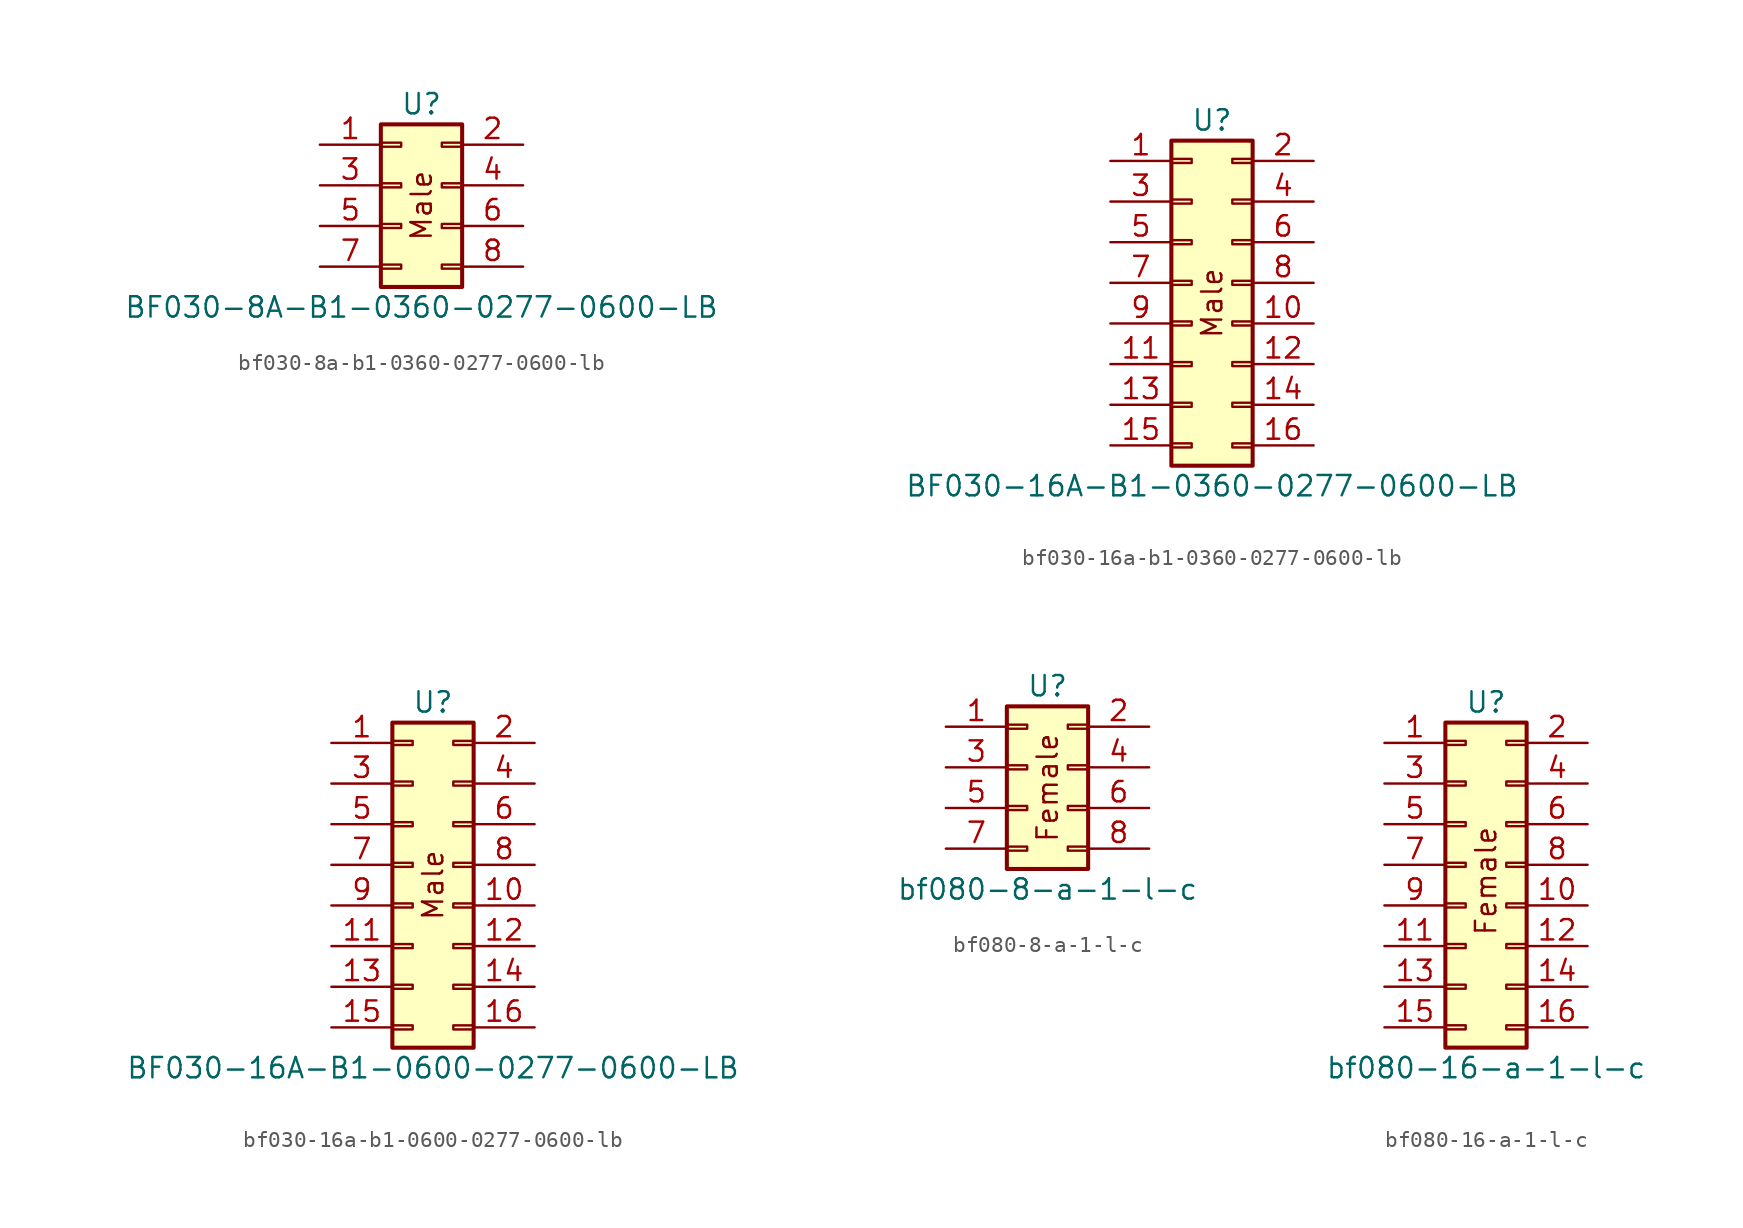
<source format=kicad_sym>
(kicad_symbol_lib
  (version 20231120)
  (generator "kicad_symbol_editor")
  (generator_version "8.0")
  (symbol "bf030-8a-b1-0360-0277-0600-lb"
    (property "Reference" "U"
      (at 0 6.35 0)
      (effects (font (size 1.27 1.27))))
    (property "Value" "BF030-8A-B1-0360-0277-0600-LB"
      (at 0 -6.35 0)
      (effects (font (size 1.27 1.27))))
    (symbol "bf030-8a-b1-0360-0277-0600-lb_1_1"
      (rectangle (start -2.54 -3.683) (end -1.27 -3.937) (stroke (width 0.152) (type default)) (fill (type none)))
      (rectangle (start -2.54 -1.143) (end -1.27 -1.397) (stroke (width 0.152) (type default)) (fill (type none)))
      (rectangle (start -2.54 1.397) (end -1.27 1.143) (stroke (width 0.152) (type default)) (fill (type none)))
      (rectangle (start -2.54 3.937) (end -1.27 3.683) (stroke (width 0.152) (type default)) (fill (type none)))
      (rectangle (start -2.54 5.08) (end 2.54 -5.08) (stroke (width 0.254) (type default)) (fill (type background)))
      (rectangle (start 2.54 -3.683) (end 1.27 -3.937) (stroke (width 0.152) (type default)) (fill (type none)))
      (rectangle (start 2.54 -1.143) (end 1.27 -1.397) (stroke (width 0.152) (type default)) (fill (type none)))
      (rectangle (start 2.54 1.397) (end 1.27 1.143) (stroke (width 0.152) (type default)) (fill (type none)))
      (rectangle (start 2.54 3.937) (end 1.27 3.683) (stroke (width 0.152) (type default)) (fill (type none)))
      (text "Male" (at 0 0 900) (effects (font (size 1.27 1.27))))
      (pin passive line (at -6.35 3.81 0) (length 3.81) (name "" (effects (font (size 1.27 1.27)))) (number "1" (effects (font (size 1.27 1.27)))))
      (pin passive line (at 6.35 3.81 180) (length 3.81) (name "" (effects (font (size 1.27 1.27)))) (number "2" (effects (font (size 1.27 1.27)))))
      (pin passive line (at -6.35 1.27 0) (length 3.81) (name "" (effects (font (size 1.27 1.27)))) (number "3" (effects (font (size 1.27 1.27)))))
      (pin passive line (at 6.35 1.27 180) (length 3.81) (name "" (effects (font (size 1.27 1.27)))) (number "4" (effects (font (size 1.27 1.27)))))
      (pin passive line (at -6.35 -1.27 0) (length 3.81) (name "" (effects (font (size 1.27 1.27)))) (number "5" (effects (font (size 1.27 1.27)))))
      (pin passive line (at 6.35 -1.27 180) (length 3.81) (name "" (effects (font (size 1.27 1.27)))) (number "6" (effects (font (size 1.27 1.27)))))
      (pin passive line (at -6.35 -3.81 0) (length 3.81) (name "" (effects (font (size 1.27 1.27)))) (number "7" (effects (font (size 1.27 1.27)))))
      (pin passive line (at 6.35 -3.81 180) (length 3.81) (name "" (effects (font (size 1.27 1.27)))) (number "8" (effects (font (size 1.27 1.27)))))))
  (symbol "bf030-16a-b1-0360-0277-0600-lb"
    (property "Reference" "U"
      (at 0 11.43 0)
      (effects (font (size 1.27 1.27))))
    (property "Value" "BF030-16A-B1-0360-0277-0600-LB"
      (at 0 -11.43 0)
      (effects (font (size 1.27 1.27))))
    (symbol "bf030-16a-b1-0360-0277-0600-lb_1_1"
      (rectangle (start -2.54 -8.763) (end -1.27 -9.017) (stroke (width 0.152) (type default)) (fill (type none)))
      (rectangle (start -2.54 -6.223) (end -1.27 -6.477) (stroke (width 0.152) (type default)) (fill (type none)))
      (rectangle (start -2.54 -3.683) (end -1.27 -3.937) (stroke (width 0.152) (type default)) (fill (type none)))
      (rectangle (start -2.54 -1.143) (end -1.27 -1.397) (stroke (width 0.152) (type default)) (fill (type none)))
      (rectangle (start -2.54 1.397) (end -1.27 1.143) (stroke (width 0.152) (type default)) (fill (type none)))
      (rectangle (start -2.54 3.937) (end -1.27 3.683) (stroke (width 0.152) (type default)) (fill (type none)))
      (rectangle (start -2.54 6.477) (end -1.27 6.223) (stroke (width 0.152) (type default)) (fill (type none)))
      (rectangle (start -2.54 9.017) (end -1.27 8.763) (stroke (width 0.152) (type default)) (fill (type none)))
      (rectangle (start -2.54 10.16) (end 2.54 -10.16) (stroke (width 0.254) (type default)) (fill (type background)))
      (rectangle (start 2.54 -8.763) (end 1.27 -9.017) (stroke (width 0.152) (type default)) (fill (type none)))
      (rectangle (start 2.54 -6.223) (end 1.27 -6.477) (stroke (width 0.152) (type default)) (fill (type none)))
      (rectangle (start 2.54 -3.683) (end 1.27 -3.937) (stroke (width 0.152) (type default)) (fill (type none)))
      (rectangle (start 2.54 -1.143) (end 1.27 -1.397) (stroke (width 0.152) (type default)) (fill (type none)))
      (rectangle (start 2.54 1.397) (end 1.27 1.143) (stroke (width 0.152) (type default)) (fill (type none)))
      (rectangle (start 2.54 3.937) (end 1.27 3.683) (stroke (width 0.152) (type default)) (fill (type none)))
      (rectangle (start 2.54 6.477) (end 1.27 6.223) (stroke (width 0.152) (type default)) (fill (type none)))
      (rectangle (start 2.54 9.017) (end 1.27 8.763) (stroke (width 0.152) (type default)) (fill (type none)))
      (text "Male" (at 0 0 900) (effects (font (size 1.27 1.27))))
      (pin passive line (at -6.35 8.89 0) (length 3.81) (name "" (effects (font (size 1.27 1.27)))) (number "1" (effects (font (size 1.27 1.27)))))
      (pin passive line (at 6.35 -1.27 180) (length 3.81) (name "" (effects (font (size 1.27 1.27)))) (number "10" (effects (font (size 1.27 1.27)))))
      (pin passive line (at -6.35 -3.81 0) (length 3.81) (name "" (effects (font (size 1.27 1.27)))) (number "11" (effects (font (size 1.27 1.27)))))
      (pin passive line (at 6.35 -3.81 180) (length 3.81) (name "" (effects (font (size 1.27 1.27)))) (number "12" (effects (font (size 1.27 1.27)))))
      (pin passive line (at -6.35 -6.35 0) (length 3.81) (name "" (effects (font (size 1.27 1.27)))) (number "13" (effects (font (size 1.27 1.27)))))
      (pin passive line (at 6.35 -6.35 180) (length 3.81) (name "" (effects (font (size 1.27 1.27)))) (number "14" (effects (font (size 1.27 1.27)))))
      (pin passive line (at -6.35 -8.89 0) (length 3.81) (name "" (effects (font (size 1.27 1.27)))) (number "15" (effects (font (size 1.27 1.27)))))
      (pin passive line (at 6.35 -8.89 180) (length 3.81) (name "" (effects (font (size 1.27 1.27)))) (number "16" (effects (font (size 1.27 1.27)))))
      (pin passive line (at 6.35 8.89 180) (length 3.81) (name "" (effects (font (size 1.27 1.27)))) (number "2" (effects (font (size 1.27 1.27)))))
      (pin passive line (at -6.35 6.35 0) (length 3.81) (name "" (effects (font (size 1.27 1.27)))) (number "3" (effects (font (size 1.27 1.27)))))
      (pin passive line (at 6.35 6.35 180) (length 3.81) (name "" (effects (font (size 1.27 1.27)))) (number "4" (effects (font (size 1.27 1.27)))))
      (pin passive line (at -6.35 3.81 0) (length 3.81) (name "" (effects (font (size 1.27 1.27)))) (number "5" (effects (font (size 1.27 1.27)))))
      (pin passive line (at 6.35 3.81 180) (length 3.81) (name "" (effects (font (size 1.27 1.27)))) (number "6" (effects (font (size 1.27 1.27)))))
      (pin passive line (at -6.35 1.27 0) (length 3.81) (name "" (effects (font (size 1.27 1.27)))) (number "7" (effects (font (size 1.27 1.27)))))
      (pin passive line (at 6.35 1.27 180) (length 3.81) (name "" (effects (font (size 1.27 1.27)))) (number "8" (effects (font (size 1.27 1.27)))))
      (pin passive line (at -6.35 -1.27 0) (length 3.81) (name "" (effects (font (size 1.27 1.27)))) (number "9" (effects (font (size 1.27 1.27)))))))
  (symbol "bf030-16a-b1-0600-0277-0600-lb"
    (property "Reference" "U"
      (at 0 11.43 0)
      (effects (font (size 1.27 1.27))))
    (property "Value" "BF030-16A-B1-0600-0277-0600-LB"
      (at 0 -11.43 0)
      (effects (font (size 1.27 1.27))))
    (symbol "bf030-16a-b1-0600-0277-0600-lb_1_1"
      (rectangle (start -2.54 -8.763) (end -1.27 -9.017) (stroke (width 0.152) (type default)) (fill (type none)))
      (rectangle (start -2.54 -6.223) (end -1.27 -6.477) (stroke (width 0.152) (type default)) (fill (type none)))
      (rectangle (start -2.54 -3.683) (end -1.27 -3.937) (stroke (width 0.152) (type default)) (fill (type none)))
      (rectangle (start -2.54 -1.143) (end -1.27 -1.397) (stroke (width 0.152) (type default)) (fill (type none)))
      (rectangle (start -2.54 1.397) (end -1.27 1.143) (stroke (width 0.152) (type default)) (fill (type none)))
      (rectangle (start -2.54 3.937) (end -1.27 3.683) (stroke (width 0.152) (type default)) (fill (type none)))
      (rectangle (start -2.54 6.477) (end -1.27 6.223) (stroke (width 0.152) (type default)) (fill (type none)))
      (rectangle (start -2.54 9.017) (end -1.27 8.763) (stroke (width 0.152) (type default)) (fill (type none)))
      (rectangle (start -2.54 10.16) (end 2.54 -10.16) (stroke (width 0.254) (type default)) (fill (type background)))
      (rectangle (start 2.54 -8.763) (end 1.27 -9.017) (stroke (width 0.152) (type default)) (fill (type none)))
      (rectangle (start 2.54 -6.223) (end 1.27 -6.477) (stroke (width 0.152) (type default)) (fill (type none)))
      (rectangle (start 2.54 -3.683) (end 1.27 -3.937) (stroke (width 0.152) (type default)) (fill (type none)))
      (rectangle (start 2.54 -1.143) (end 1.27 -1.397) (stroke (width 0.152) (type default)) (fill (type none)))
      (rectangle (start 2.54 1.397) (end 1.27 1.143) (stroke (width 0.152) (type default)) (fill (type none)))
      (rectangle (start 2.54 3.937) (end 1.27 3.683) (stroke (width 0.152) (type default)) (fill (type none)))
      (rectangle (start 2.54 6.477) (end 1.27 6.223) (stroke (width 0.152) (type default)) (fill (type none)))
      (rectangle (start 2.54 9.017) (end 1.27 8.763) (stroke (width 0.152) (type default)) (fill (type none)))
      (text "Male" (at 0 0 900) (effects (font (size 1.27 1.27))))
      (pin passive line (at -6.35 8.89 0) (length 3.81) (name "" (effects (font (size 1.27 1.27)))) (number "1" (effects (font (size 1.27 1.27)))))
      (pin passive line (at 6.35 -1.27 180) (length 3.81) (name "" (effects (font (size 1.27 1.27)))) (number "10" (effects (font (size 1.27 1.27)))))
      (pin passive line (at -6.35 -3.81 0) (length 3.81) (name "" (effects (font (size 1.27 1.27)))) (number "11" (effects (font (size 1.27 1.27)))))
      (pin passive line (at 6.35 -3.81 180) (length 3.81) (name "" (effects (font (size 1.27 1.27)))) (number "12" (effects (font (size 1.27 1.27)))))
      (pin passive line (at -6.35 -6.35 0) (length 3.81) (name "" (effects (font (size 1.27 1.27)))) (number "13" (effects (font (size 1.27 1.27)))))
      (pin passive line (at 6.35 -6.35 180) (length 3.81) (name "" (effects (font (size 1.27 1.27)))) (number "14" (effects (font (size 1.27 1.27)))))
      (pin passive line (at -6.35 -8.89 0) (length 3.81) (name "" (effects (font (size 1.27 1.27)))) (number "15" (effects (font (size 1.27 1.27)))))
      (pin passive line (at 6.35 -8.89 180) (length 3.81) (name "" (effects (font (size 1.27 1.27)))) (number "16" (effects (font (size 1.27 1.27)))))
      (pin passive line (at 6.35 8.89 180) (length 3.81) (name "" (effects (font (size 1.27 1.27)))) (number "2" (effects (font (size 1.27 1.27)))))
      (pin passive line (at -6.35 6.35 0) (length 3.81) (name "" (effects (font (size 1.27 1.27)))) (number "3" (effects (font (size 1.27 1.27)))))
      (pin passive line (at 6.35 6.35 180) (length 3.81) (name "" (effects (font (size 1.27 1.27)))) (number "4" (effects (font (size 1.27 1.27)))))
      (pin passive line (at -6.35 3.81 0) (length 3.81) (name "" (effects (font (size 1.27 1.27)))) (number "5" (effects (font (size 1.27 1.27)))))
      (pin passive line (at 6.35 3.81 180) (length 3.81) (name "" (effects (font (size 1.27 1.27)))) (number "6" (effects (font (size 1.27 1.27)))))
      (pin passive line (at -6.35 1.27 0) (length 3.81) (name "" (effects (font (size 1.27 1.27)))) (number "7" (effects (font (size 1.27 1.27)))))
      (pin passive line (at 6.35 1.27 180) (length 3.81) (name "" (effects (font (size 1.27 1.27)))) (number "8" (effects (font (size 1.27 1.27)))))
      (pin passive line (at -6.35 -1.27 0) (length 3.81) (name "" (effects (font (size 1.27 1.27)))) (number "9" (effects (font (size 1.27 1.27)))))))
  (symbol "bf080-8-a-1-l-c"
    (property "Reference" "U"
      (at 0 6.35 0)
      (effects (font (size 1.27 1.27))))
    (property "Value" "bf080-8-a-1-l-c"
      (at 0 -6.35 0)
      (effects (font (size 1.27 1.27))))
    (symbol "bf080-8-a-1-l-c_1_1"
      (rectangle (start -2.54 -3.683) (end -1.27 -3.937) (stroke (width 0.152) (type default)) (fill (type none)))
      (rectangle (start -2.54 -1.143) (end -1.27 -1.397) (stroke (width 0.152) (type default)) (fill (type none)))
      (rectangle (start -2.54 1.397) (end -1.27 1.143) (stroke (width 0.152) (type default)) (fill (type none)))
      (rectangle (start -2.54 3.937) (end -1.27 3.683) (stroke (width 0.152) (type default)) (fill (type none)))
      (rectangle (start -2.54 5.08) (end 2.54 -5.08) (stroke (width 0.254) (type default)) (fill (type background)))
      (rectangle (start 2.54 -3.683) (end 1.27 -3.937) (stroke (width 0.152) (type default)) (fill (type none)))
      (rectangle (start 2.54 -1.143) (end 1.27 -1.397) (stroke (width 0.152) (type default)) (fill (type none)))
      (rectangle (start 2.54 1.397) (end 1.27 1.143) (stroke (width 0.152) (type default)) (fill (type none)))
      (rectangle (start 2.54 3.937) (end 1.27 3.683) (stroke (width 0.152) (type default)) (fill (type none)))
      (text "Female" (at 0 0 900) (effects (font (size 1.27 1.27))))
      (pin passive line (at -6.35 3.81 0) (length 3.81) (name "" (effects (font (size 1.27 1.27)))) (number "1" (effects (font (size 1.27 1.27)))))
      (pin passive line (at 6.35 3.81 180) (length 3.81) (name "" (effects (font (size 1.27 1.27)))) (number "2" (effects (font (size 1.27 1.27)))))
      (pin passive line (at -6.35 1.27 0) (length 3.81) (name "" (effects (font (size 1.27 1.27)))) (number "3" (effects (font (size 1.27 1.27)))))
      (pin passive line (at 6.35 1.27 180) (length 3.81) (name "" (effects (font (size 1.27 1.27)))) (number "4" (effects (font (size 1.27 1.27)))))
      (pin passive line (at -6.35 -1.27 0) (length 3.81) (name "" (effects (font (size 1.27 1.27)))) (number "5" (effects (font (size 1.27 1.27)))))
      (pin passive line (at 6.35 -1.27 180) (length 3.81) (name "" (effects (font (size 1.27 1.27)))) (number "6" (effects (font (size 1.27 1.27)))))
      (pin passive line (at -6.35 -3.81 0) (length 3.81) (name "" (effects (font (size 1.27 1.27)))) (number "7" (effects (font (size 1.27 1.27)))))
      (pin passive line (at 6.35 -3.81 180) (length 3.81) (name "" (effects (font (size 1.27 1.27)))) (number "8" (effects (font (size 1.27 1.27)))))))
  (symbol "bf080-16-a-1-l-c"
    (property "Reference" "U"
      (at 0 11.43 0)
      (effects (font (size 1.27 1.27))))
    (property "Value" "bf080-16-a-1-l-c"
      (at 0 -11.43 0)
      (effects (font (size 1.27 1.27))))
    (symbol "bf080-16-a-1-l-c_1_1"
      (rectangle (start -2.54 -8.763) (end -1.27 -9.017) (stroke (width 0.152) (type default)) (fill (type none)))
      (rectangle (start -2.54 -6.223) (end -1.27 -6.477) (stroke (width 0.152) (type default)) (fill (type none)))
      (rectangle (start -2.54 -3.683) (end -1.27 -3.937) (stroke (width 0.152) (type default)) (fill (type none)))
      (rectangle (start -2.54 -1.143) (end -1.27 -1.397) (stroke (width 0.152) (type default)) (fill (type none)))
      (rectangle (start -2.54 1.397) (end -1.27 1.143) (stroke (width 0.152) (type default)) (fill (type none)))
      (rectangle (start -2.54 3.937) (end -1.27 3.683) (stroke (width 0.152) (type default)) (fill (type none)))
      (rectangle (start -2.54 6.477) (end -1.27 6.223) (stroke (width 0.152) (type default)) (fill (type none)))
      (rectangle (start -2.54 9.017) (end -1.27 8.763) (stroke (width 0.152) (type default)) (fill (type none)))
      (rectangle (start -2.54 10.16) (end 2.54 -10.16) (stroke (width 0.254) (type default)) (fill (type background)))
      (rectangle (start 2.54 -8.763) (end 1.27 -9.017) (stroke (width 0.152) (type default)) (fill (type none)))
      (rectangle (start 2.54 -6.223) (end 1.27 -6.477) (stroke (width 0.152) (type default)) (fill (type none)))
      (rectangle (start 2.54 -3.683) (end 1.27 -3.937) (stroke (width 0.152) (type default)) (fill (type none)))
      (rectangle (start 2.54 -1.143) (end 1.27 -1.397) (stroke (width 0.152) (type default)) (fill (type none)))
      (rectangle (start 2.54 1.397) (end 1.27 1.143) (stroke (width 0.152) (type default)) (fill (type none)))
      (rectangle (start 2.54 3.937) (end 1.27 3.683) (stroke (width 0.152) (type default)) (fill (type none)))
      (rectangle (start 2.54 6.477) (end 1.27 6.223) (stroke (width 0.152) (type default)) (fill (type none)))
      (rectangle (start 2.54 9.017) (end 1.27 8.763) (stroke (width 0.152) (type default)) (fill (type none)))
      (text "Female" (at 0 0.254 900) (effects (font (size 1.27 1.27))))
      (pin passive line (at -6.35 8.89 0) (length 3.81) (name "" (effects (font (size 1.27 1.27)))) (number "1" (effects (font (size 1.27 1.27)))))
      (pin passive line (at 6.35 -1.27 180) (length 3.81) (name "" (effects (font (size 1.27 1.27)))) (number "10" (effects (font (size 1.27 1.27)))))
      (pin passive line (at -6.35 -3.81 0) (length 3.81) (name "" (effects (font (size 1.27 1.27)))) (number "11" (effects (font (size 1.27 1.27)))))
      (pin passive line (at 6.35 -3.81 180) (length 3.81) (name "" (effects (font (size 1.27 1.27)))) (number "12" (effects (font (size 1.27 1.27)))))
      (pin passive line (at -6.35 -6.35 0) (length 3.81) (name "" (effects (font (size 1.27 1.27)))) (number "13" (effects (font (size 1.27 1.27)))))
      (pin passive line (at 6.35 -6.35 180) (length 3.81) (name "" (effects (font (size 1.27 1.27)))) (number "14" (effects (font (size 1.27 1.27)))))
      (pin passive line (at -6.35 -8.89 0) (length 3.81) (name "" (effects (font (size 1.27 1.27)))) (number "15" (effects (font (size 1.27 1.27)))))
      (pin passive line (at 6.35 -8.89 180) (length 3.81) (name "" (effects (font (size 1.27 1.27)))) (number "16" (effects (font (size 1.27 1.27)))))
      (pin passive line (at 6.35 8.89 180) (length 3.81) (name "" (effects (font (size 1.27 1.27)))) (number "2" (effects (font (size 1.27 1.27)))))
      (pin passive line (at -6.35 6.35 0) (length 3.81) (name "" (effects (font (size 1.27 1.27)))) (number "3" (effects (font (size 1.27 1.27)))))
      (pin passive line (at 6.35 6.35 180) (length 3.81) (name "" (effects (font (size 1.27 1.27)))) (number "4" (effects (font (size 1.27 1.27)))))
      (pin passive line (at -6.35 3.81 0) (length 3.81) (name "" (effects (font (size 1.27 1.27)))) (number "5" (effects (font (size 1.27 1.27)))))
      (pin passive line (at 6.35 3.81 180) (length 3.81) (name "" (effects (font (size 1.27 1.27)))) (number "6" (effects (font (size 1.27 1.27)))))
      (pin passive line (at -6.35 1.27 0) (length 3.81) (name "" (effects (font (size 1.27 1.27)))) (number "7" (effects (font (size 1.27 1.27)))))
      (pin passive line (at 6.35 1.27 180) (length 3.81) (name "" (effects (font (size 1.27 1.27)))) (number "8" (effects (font (size 1.27 1.27)))))
      (pin passive line (at -6.35 -1.27 0) (length 3.81) (name "" (effects (font (size 1.27 1.27)))) (number "9" (effects (font (size 1.27 1.27))))))))
</source>
